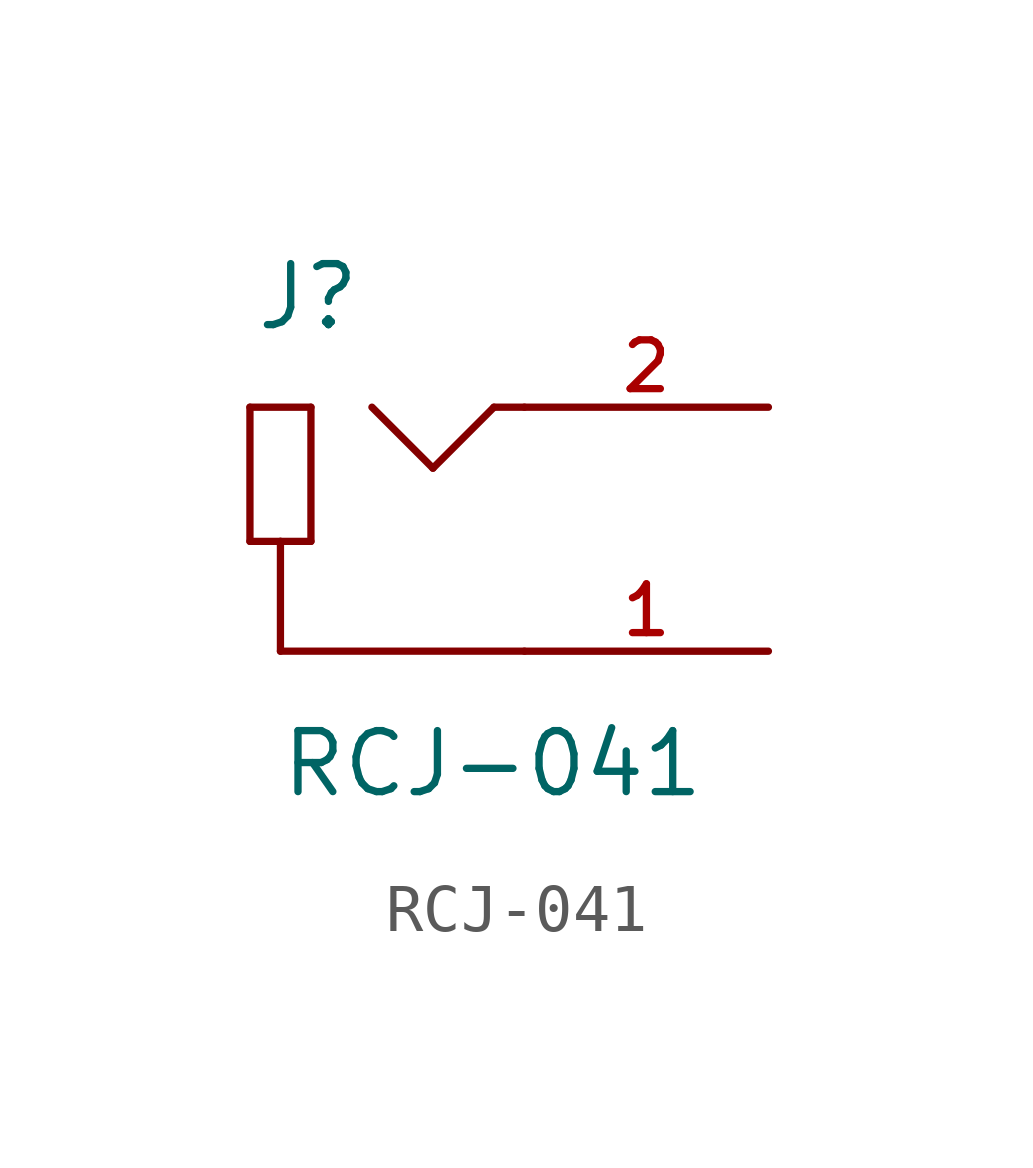
<source format=kicad_sym>
(kicad_symbol_lib
  (version 20211014)
  (generator kicad_symbol_editor)
  (symbol "RCJ-041"
    (pin_names
      (offset 1.016))
    (property "Reference" "J"
      (at -5.632 4.096 0)
      (effects (font (size 1.27 1.27)) (justify bottom left)))
    (property "Value" "RCJ-041"
      (at -5.117 -5.627 0)
      (effects (font (size 1.27 1.27)) (justify bottom left)))
    (symbol "RCJ-041_0_0"
      (polyline (pts (xy 0.0 -2.54) (xy -5.08 -2.54)) (stroke (width 0.152)))
      (polyline (pts (xy -5.08 -2.54) (xy -5.08 -0.254)) (stroke (width 0.152)))
      (polyline (pts (xy -5.08 -0.254) (xy -4.445 -0.254)) (stroke (width 0.152)))
      (polyline (pts (xy -4.445 -0.254) (xy -4.445 2.54)) (stroke (width 0.152)))
      (polyline (pts (xy -4.445 2.54) (xy -5.715 2.54)) (stroke (width 0.152)))
      (polyline (pts (xy -5.715 2.54) (xy -5.715 -0.254)) (stroke (width 0.152)))
      (polyline (pts (xy -5.715 -0.254) (xy -5.08 -0.254)) (stroke (width 0.152)))
      (polyline (pts (xy 0.0 2.54) (xy -0.635 2.54)) (stroke (width 0.152)))
      (polyline (pts (xy -0.635 2.54) (xy -1.905 1.27)) (stroke (width 0.152)))
      (polyline (pts (xy -1.905 1.27) (xy -3.175 2.54)) (stroke (width 0.152)))
      (pin passive line (at 5.08 -2.54 180.0) (length 5.08) (name "~" (effects (font (size 1.016 1.016)))) (number "1" (effects (font (size 1.016 1.016)))))
      (pin passive line (at 5.08 2.54 180.0) (length 5.08) (name "~" (effects (font (size 1.016 1.016)))) (number "2" (effects (font (size 1.016 1.016))))))))
</source>
